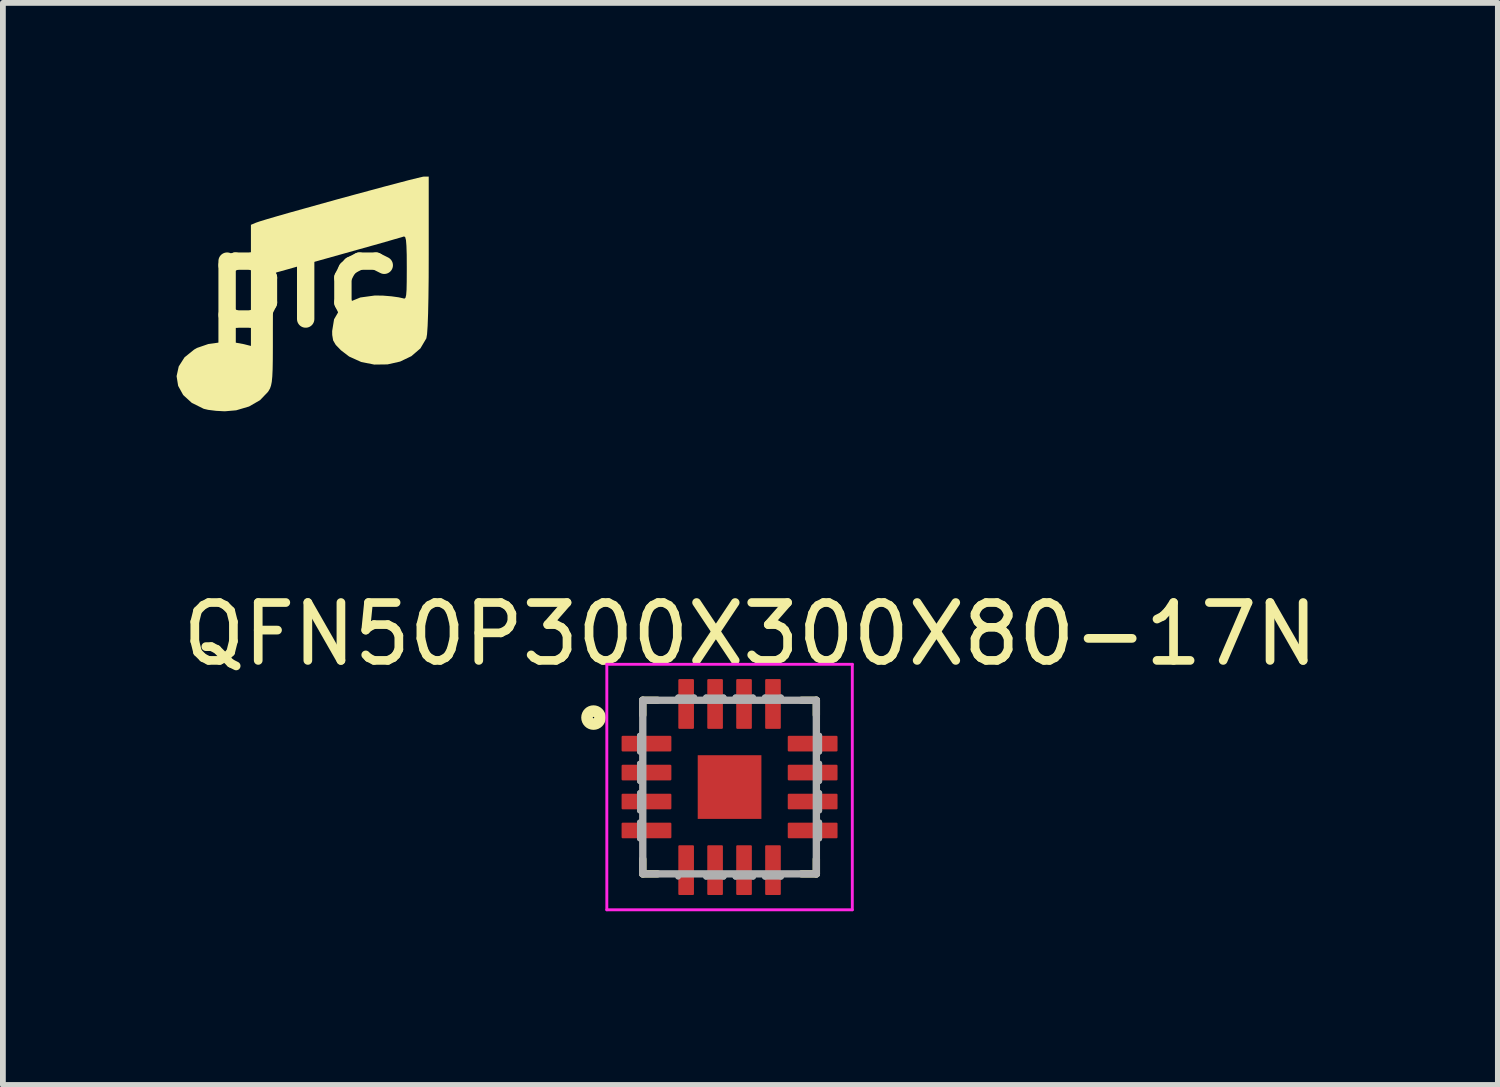
<source format=kicad_pcb>
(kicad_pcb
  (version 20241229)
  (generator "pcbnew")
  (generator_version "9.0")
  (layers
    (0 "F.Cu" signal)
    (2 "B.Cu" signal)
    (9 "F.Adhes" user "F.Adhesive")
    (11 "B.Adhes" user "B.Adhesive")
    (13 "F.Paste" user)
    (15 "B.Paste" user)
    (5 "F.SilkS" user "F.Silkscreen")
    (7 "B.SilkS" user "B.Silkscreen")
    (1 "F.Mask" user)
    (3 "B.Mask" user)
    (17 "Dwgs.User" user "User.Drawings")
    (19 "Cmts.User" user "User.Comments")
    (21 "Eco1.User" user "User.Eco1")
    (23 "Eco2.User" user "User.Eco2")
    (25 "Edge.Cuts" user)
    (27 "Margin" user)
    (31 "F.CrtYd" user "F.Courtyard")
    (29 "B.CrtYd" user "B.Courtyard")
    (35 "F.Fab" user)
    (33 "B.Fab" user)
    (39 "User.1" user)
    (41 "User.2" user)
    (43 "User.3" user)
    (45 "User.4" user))
  (footprint "pic"
    (layer "F.Cu")
    (at 2.194 1.782)
    (property "Reference" "pic" (at 0 0 0) (layer "F.SilkS") (effects (font (size 1.5 1.5) (thickness 0.3))))
    (attr board_only exclude_from_pos_files exclude_from_bom)
    (fp_poly (pts (xy 2.161 -0.438) (xy 2.16 -0.037) (xy 2.156 0.305) (xy 2.15 0.584) (xy 2.142 0.797) (xy 2.132 0.941) (xy 2.12 1.012) (xy 2.017 1.186) (xy 1.861 1.32) (xy 1.667 1.413) (xy 1.449 1.462) (xy 1.22 1.465) (xy 0.994 1.42) (xy 0.786 1.326) (xy 0.645 1.218) (xy 0.555 1.125) (xy 0.51 1.048) (xy 0.494 0.954) (xy 0.493 0.886) (xy 0.526 0.683) (xy 0.623 0.516) (xy 0.776 0.389) (xy 0.98 0.306) (xy 1.23 0.272) (xy 1.372 0.274) (xy 1.518 0.286) (xy 1.64 0.303) (xy 1.713 0.319) (xy 1.715 0.32) (xy 1.741 0.326) (xy 1.759 0.312) (xy 1.771 0.265) (xy 1.778 0.176) (xy 1.781 0.034) (xy 1.782 -0.171) (xy 1.782 -0.209) (xy 1.781 -0.43) (xy 1.776 -0.585) (xy 1.768 -0.684) (xy 1.755 -0.735) (xy 1.736 -0.748) (xy 1.731 -0.747) (xy 1.683 -0.732) (xy 1.571 -0.7) (xy 1.406 -0.652) (xy 1.197 -0.593) (xy 0.954 -0.525) (xy 0.687 -0.45) (xy 0.641 -0.437) (xy 0.37 -0.361) (xy 0.121 -0.292) (xy -0.097 -0.231) (xy -0.273 -0.181) (xy -0.398 -0.146) (xy -0.461 -0.129) (xy -0.464 -0.128) (xy -0.485 -0.117) (xy -0.501 -0.091) (xy -0.512 -0.042) (xy -0.521 0.04) (xy -0.526 0.162) (xy -0.529 0.334) (xy -0.53 0.565) (xy -0.531 0.85) (xy -0.531 1.145) (xy -0.532 1.374) (xy -0.535 1.546) (xy -0.541 1.673) (xy -0.55 1.764) (xy -0.563 1.828) (xy -0.58 1.877) (xy -0.604 1.919) (xy -0.616 1.937) (xy -0.753 2.08) (xy -0.942 2.189) (xy -1.165 2.255) (xy -1.362 2.272) (xy -1.512 2.264) (xy -1.648 2.247) (xy -1.725 2.229) (xy -1.932 2.126) (xy -2.08 1.991) (xy -2.167 1.833) (xy -2.194 1.665) (xy -2.157 1.497) (xy -2.057 1.34) (xy -1.891 1.206) (xy -1.84 1.177) (xy -1.646 1.11) (xy -1.414 1.078) (xy -1.174 1.086) (xy -1.033 1.112) (xy -0.91 1.143) (xy -0.91 0.097) (xy -0.91 -0.949) (xy -0.825 -0.985) (xy -0.758 -1.008) (xy -0.631 -1.047) (xy -0.453 -1.099) (xy -0.233 -1.162) (xy 0.018 -1.232) (xy 0.29 -1.308) (xy 0.574 -1.387) (xy 0.86 -1.465) (xy 1.138 -1.54) (xy 1.397 -1.61) (xy 1.629 -1.671) (xy 1.822 -1.722) (xy 1.968 -1.758) (xy 2.057 -1.779) (xy 2.077 -1.782) (xy 2.161 -1.782)) (stroke (width 0) (type solid)) (fill yes) (layer "F.SilkS")))
  (footprint "QFN50P300X300X80-17N"
    (layer "F.Cu")
    (at 9.551 10.544)
    (property "Reference" "QFN50P300X300X80-17N" (at 0.359 -2.642 0) (layer "F.SilkS") (effects (font (size 1 1) (thickness 0.15))))
    (attr smd)
    (fp_line (start -1.499 -1.499) (end -1.499 -1.245) (stroke (width 0.127) (type solid)) (layer "F.SilkS"))
    (fp_line (start -1.499 1.245) (end -1.499 1.499) (stroke (width 0.127) (type solid)) (layer "F.SilkS"))
    (fp_line (start -1.499 1.499) (end -1.245 1.499) (stroke (width 0.127) (type solid)) (layer "F.SilkS"))
    (fp_line (start -1.245 -1.499) (end -1.499 -1.499) (stroke (width 0.127) (type solid)) (layer "F.SilkS"))
    (fp_line (start 1.245 1.499) (end 1.499 1.499) (stroke (width 0.127) (type solid)) (layer "F.SilkS"))
    (fp_line (start 1.499 -1.499) (end 1.245 -1.499) (stroke (width 0.127) (type solid)) (layer "F.SilkS"))
    (fp_line (start 1.499 -1.245) (end 1.499 -1.499) (stroke (width 0.127) (type solid)) (layer "F.SilkS"))
    (fp_line (start 1.499 1.499) (end 1.499 1.245) (stroke (width 0.127) (type solid)) (layer "F.SilkS"))
    (fp_circle (center -2.35 -1.2) (end -2.238 -1.2) (stroke (width 0.2) (type solid)) (fill no) (layer "F.SilkS"))
    (fp_poly (pts (xy -0.389 -0.389) (xy 0.389 -0.389) (xy 0.389 0.389) (xy -0.389 0.389)) (stroke (width 0.01) (type solid)) (fill yes) (layer "F.Paste"))
    (fp_line (start -2.12 -2.12) (end 2.12 -2.12) (stroke (width 0.05) (type solid)) (layer "F.CrtYd"))
    (fp_line (start -2.12 2.12) (end -2.12 -2.12) (stroke (width 0.05) (type solid)) (layer "F.CrtYd"))
    (fp_line (start 2.12 -2.12) (end 2.12 2.12) (stroke (width 0.05) (type solid)) (layer "F.CrtYd"))
    (fp_line (start 2.12 2.12) (end -2.12 2.12) (stroke (width 0.05) (type solid)) (layer "F.CrtYd"))
    (fp_line (start -1.549 -0.889) (end -1.549 -0.61) (stroke (width 0.1) (type solid)) (layer "F.Fab"))
    (fp_line (start -1.549 -0.61) (end -1.499 -0.61) (stroke (width 0.1) (type solid)) (layer "F.Fab"))
    (fp_line (start -1.549 -0.406) (end -1.549 -0.102) (stroke (width 0.1) (type solid)) (layer "F.Fab"))
    (fp_line (start -1.549 -0.102) (end -1.499 -0.102) (stroke (width 0.1) (type solid)) (layer "F.Fab"))
    (fp_line (start -1.549 0.102) (end -1.549 0.406) (stroke (width 0.1) (type solid)) (layer "F.Fab"))
    (fp_line (start -1.549 0.406) (end -1.499 0.406) (stroke (width 0.1) (type solid)) (layer "F.Fab"))
    (fp_line (start -1.549 0.61) (end -1.549 0.889) (stroke (width 0.1) (type solid)) (layer "F.Fab"))
    (fp_line (start -1.549 0.889) (end -1.499 0.889) (stroke (width 0.1) (type solid)) (layer "F.Fab"))
    (fp_line (start -1.499 -1.499) (end -1.499 1.499) (stroke (width 0.127) (type solid)) (layer "F.Fab"))
    (fp_line (start -1.499 -0.889) (end -1.549 -0.889) (stroke (width 0.1) (type solid)) (layer "F.Fab"))
    (fp_line (start -1.499 -0.61) (end -1.499 -0.889) (stroke (width 0.1) (type solid)) (layer "F.Fab"))
    (fp_line (start -1.499 -0.406) (end -1.549 -0.406) (stroke (width 0.1) (type solid)) (layer "F.Fab"))
    (fp_line (start -1.499 -0.102) (end -1.499 -0.406) (stroke (width 0.1) (type solid)) (layer "F.Fab"))
    (fp_line (start -1.499 0.102) (end -1.549 0.102) (stroke (width 0.1) (type solid)) (layer "F.Fab"))
    (fp_line (start -1.499 0.406) (end -1.499 0.102) (stroke (width 0.1) (type solid)) (layer "F.Fab"))
    (fp_line (start -1.499 0.61) (end -1.549 0.61) (stroke (width 0.1) (type solid)) (layer "F.Fab"))
    (fp_line (start -1.499 0.889) (end -1.499 0.61) (stroke (width 0.1) (type solid)) (layer "F.Fab"))
    (fp_line (start -1.499 1.499) (end 1.499 1.499) (stroke (width 0.127) (type solid)) (layer "F.Fab"))
    (fp_line (start -0.889 -1.549) (end -0.889 -1.499) (stroke (width 0.1) (type solid)) (layer "F.Fab"))
    (fp_line (start -0.889 -1.499) (end -0.61 -1.499) (stroke (width 0.1) (type solid)) (layer "F.Fab"))
    (fp_line (start -0.889 1.499) (end -0.889 1.549) (stroke (width 0.1) (type solid)) (layer "F.Fab"))
    (fp_line (start -0.61 -1.549) (end -0.889 -1.549) (stroke (width 0.1) (type solid)) (layer "F.Fab"))
    (fp_line (start -0.61 -1.499) (end -0.61 -1.549) (stroke (width 0.1) (type solid)) (layer "F.Fab"))
    (fp_line (start -0.61 1.499) (end -0.889 1.499) (stroke (width 0.1) (type solid)) (layer "F.Fab"))
    (fp_line (start -0.406 -1.549) (end -0.406 -1.499) (stroke (width 0.1) (type solid)) (layer "F.Fab"))
    (fp_line (start -0.406 -1.499) (end -0.102 -1.499) (stroke (width 0.1) (type solid)) (layer "F.Fab"))
    (fp_line (start -0.406 1.499) (end -0.406 1.549) (stroke (width 0.1) (type solid)) (layer "F.Fab"))
    (fp_line (start -0.406 1.549) (end -0.102 1.549) (stroke (width 0.1) (type solid)) (layer "F.Fab"))
    (fp_line (start -0.102 -1.549) (end -0.406 -1.549) (stroke (width 0.1) (type solid)) (layer "F.Fab"))
    (fp_line (start -0.102 -1.499) (end -0.102 -1.549) (stroke (width 0.1) (type solid)) (layer "F.Fab"))
    (fp_line (start -0.102 1.499) (end -0.406 1.499) (stroke (width 0.1) (type solid)) (layer "F.Fab"))
    (fp_line (start -0.102 1.549) (end -0.102 1.499) (stroke (width 0.1) (type solid)) (layer "F.Fab"))
    (fp_line (start 0.102 -1.549) (end 0.102 -1.499) (stroke (width 0.1) (type solid)) (layer "F.Fab"))
    (fp_line (start 0.102 -1.499) (end 0.406 -1.499) (stroke (width 0.1) (type solid)) (layer "F.Fab"))
    (fp_line (start 0.102 1.499) (end 0.102 1.549) (stroke (width 0.1) (type solid)) (layer "F.Fab"))
    (fp_line (start 0.102 1.549) (end 0.406 1.549) (stroke (width 0.1) (type solid)) (layer "F.Fab"))
    (fp_line (start 0.406 -1.549) (end 0.102 -1.549) (stroke (width 0.1) (type solid)) (layer "F.Fab"))
    (fp_line (start 0.406 -1.499) (end 0.406 -1.549) (stroke (width 0.1) (type solid)) (layer "F.Fab"))
    (fp_line (start 0.406 1.499) (end 0.102 1.499) (stroke (width 0.1) (type solid)) (layer "F.Fab"))
    (fp_line (start 0.406 1.549) (end 0.406 1.499) (stroke (width 0.1) (type solid)) (layer "F.Fab"))
    (fp_line (start 0.61 -1.549) (end 0.61 -1.499) (stroke (width 0.1) (type solid)) (layer "F.Fab"))
    (fp_line (start 0.61 -1.499) (end 0.889 -1.499) (stroke (width 0.1) (type solid)) (layer "F.Fab"))
    (fp_line (start 0.61 1.499) (end 0.61 1.549) (stroke (width 0.1) (type solid)) (layer "F.Fab"))
    (fp_line (start 0.61 1.549) (end 0.889 1.549) (stroke (width 0.1) (type solid)) (layer "F.Fab"))
    (fp_line (start 0.889 -1.549) (end 0.61 -1.549) (stroke (width 0.1) (type solid)) (layer "F.Fab"))
    (fp_line (start 0.889 -1.499) (end 0.889 -1.549) (stroke (width 0.1) (type solid)) (layer "F.Fab"))
    (fp_line (start 0.889 1.499) (end 0.61 1.499) (stroke (width 0.1) (type solid)) (layer "F.Fab"))
    (fp_line (start 0.889 1.549) (end 0.889 1.499) (stroke (width 0.1) (type solid)) (layer "F.Fab"))
    (fp_line (start 1.499 -1.499) (end -1.499 -1.499) (stroke (width 0.127) (type solid)) (layer "F.Fab"))
    (fp_line (start 1.499 -0.889) (end 1.499 -0.61) (stroke (width 0.1) (type solid)) (layer "F.Fab"))
    (fp_line (start 1.499 -0.61) (end 1.549 -0.61) (stroke (width 0.1) (type solid)) (layer "F.Fab"))
    (fp_line (start 1.499 -0.406) (end 1.499 -0.102) (stroke (width 0.1) (type solid)) (layer "F.Fab"))
    (fp_line (start 1.499 -0.102) (end 1.549 -0.102) (stroke (width 0.1) (type solid)) (layer "F.Fab"))
    (fp_line (start 1.499 0.102) (end 1.499 0.406) (stroke (width 0.1) (type solid)) (layer "F.Fab"))
    (fp_line (start 1.499 0.406) (end 1.549 0.406) (stroke (width 0.1) (type solid)) (layer "F.Fab"))
    (fp_line (start 1.499 0.61) (end 1.499 0.889) (stroke (width 0.1) (type solid)) (layer "F.Fab"))
    (fp_line (start 1.499 0.889) (end 1.549 0.889) (stroke (width 0.1) (type solid)) (layer "F.Fab"))
    (fp_line (start 1.499 1.499) (end 1.499 -1.499) (stroke (width 0.127) (type solid)) (layer "F.Fab"))
    (fp_line (start 1.549 -0.889) (end 1.499 -0.889) (stroke (width 0.1) (type solid)) (layer "F.Fab"))
    (fp_line (start 1.549 -0.61) (end 1.549 -0.889) (stroke (width 0.1) (type solid)) (layer "F.Fab"))
    (fp_line (start 1.549 -0.406) (end 1.499 -0.406) (stroke (width 0.1) (type solid)) (layer "F.Fab"))
    (fp_line (start 1.549 -0.102) (end 1.549 -0.406) (stroke (width 0.1) (type solid)) (layer "F.Fab"))
    (fp_line (start 1.549 0.102) (end 1.499 0.102) (stroke (width 0.1) (type solid)) (layer "F.Fab"))
    (fp_line (start 1.549 0.406) (end 1.549 0.102) (stroke (width 0.1) (type solid)) (layer "F.Fab"))
    (fp_line (start 1.549 0.61) (end 1.499 0.61) (stroke (width 0.1) (type solid)) (layer "F.Fab"))
    (fp_line (start 1.549 0.889) (end 1.549 0.61) (stroke (width 0.1) (type solid)) (layer "F.Fab"))
    (pad "1" smd roundrect (at -1.435 -0.75) (size 0.86 0.27) (layers "F.Cu" "F.Mask" "F.Paste") (roundrect_rratio 0.07))
    (pad "2" smd roundrect (at -1.435 -0.25) (size 0.86 0.27) (layers "F.Cu" "F.Mask" "F.Paste") (roundrect_rratio 0.07))
    (pad "3" smd roundrect (at -1.435 0.25) (size 0.86 0.27) (layers "F.Cu" "F.Mask" "F.Paste") (roundrect_rratio 0.07))
    (pad "4" smd roundrect (at -1.435 0.75) (size 0.86 0.27) (layers "F.Cu" "F.Mask" "F.Paste") (roundrect_rratio 0.07))
    (pad "5" smd roundrect (at -0.75 1.435 90) (size 0.86 0.27) (layers "F.Cu" "F.Mask" "F.Paste") (roundrect_rratio 0.07))
    (pad "6" smd roundrect (at -0.25 1.435 90) (size 0.86 0.27) (layers "F.Cu" "F.Mask" "F.Paste") (roundrect_rratio 0.07))
    (pad "7" smd roundrect (at 0.25 1.435 90) (size 0.86 0.27) (layers "F.Cu" "F.Mask" "F.Paste") (roundrect_rratio 0.07))
    (pad "8" smd roundrect (at 0.75 1.435 90) (size 0.86 0.27) (layers "F.Cu" "F.Mask" "F.Paste") (roundrect_rratio 0.07))
    (pad "9" smd roundrect (at 1.435 0.75 180) (size 0.86 0.27) (layers "F.Cu" "F.Mask" "F.Paste") (roundrect_rratio 0.07))
    (pad "10" smd roundrect (at 1.435 0.25 180) (size 0.86 0.27) (layers "F.Cu" "F.Mask" "F.Paste") (roundrect_rratio 0.07))
    (pad "11" smd roundrect (at 1.435 -0.25 180) (size 0.86 0.27) (layers "F.Cu" "F.Mask" "F.Paste") (roundrect_rratio 0.07))
    (pad "12" smd roundrect (at 1.435 -0.75 180) (size 0.86 0.27) (layers "F.Cu" "F.Mask" "F.Paste") (roundrect_rratio 0.07))
    (pad "13" smd roundrect (at 0.75 -1.435 270) (size 0.86 0.27) (layers "F.Cu" "F.Mask" "F.Paste") (roundrect_rratio 0.07))
    (pad "14" smd roundrect (at 0.25 -1.435 270) (size 0.86 0.27) (layers "F.Cu" "F.Mask" "F.Paste") (roundrect_rratio 0.07))
    (pad "15" smd roundrect (at -0.25 -1.435 270) (size 0.86 0.27) (layers "F.Cu" "F.Mask" "F.Paste") (roundrect_rratio 0.07))
    (pad "16" smd roundrect (at -0.75 -1.435 270) (size 0.86 0.27) (layers "F.Cu" "F.Mask" "F.Paste") (roundrect_rratio 0.07))
    (pad "17" smd rect (at 0 0) (size 1.1 1.1) (layers "F.Cu" "F.Mask")))
  (gr_rect
    (start -3 -3)
    (end 22.821 15.689)
    (stroke (width 0.1) (type default))
    (fill no)
    (layer "Edge.Cuts")))
</source>
